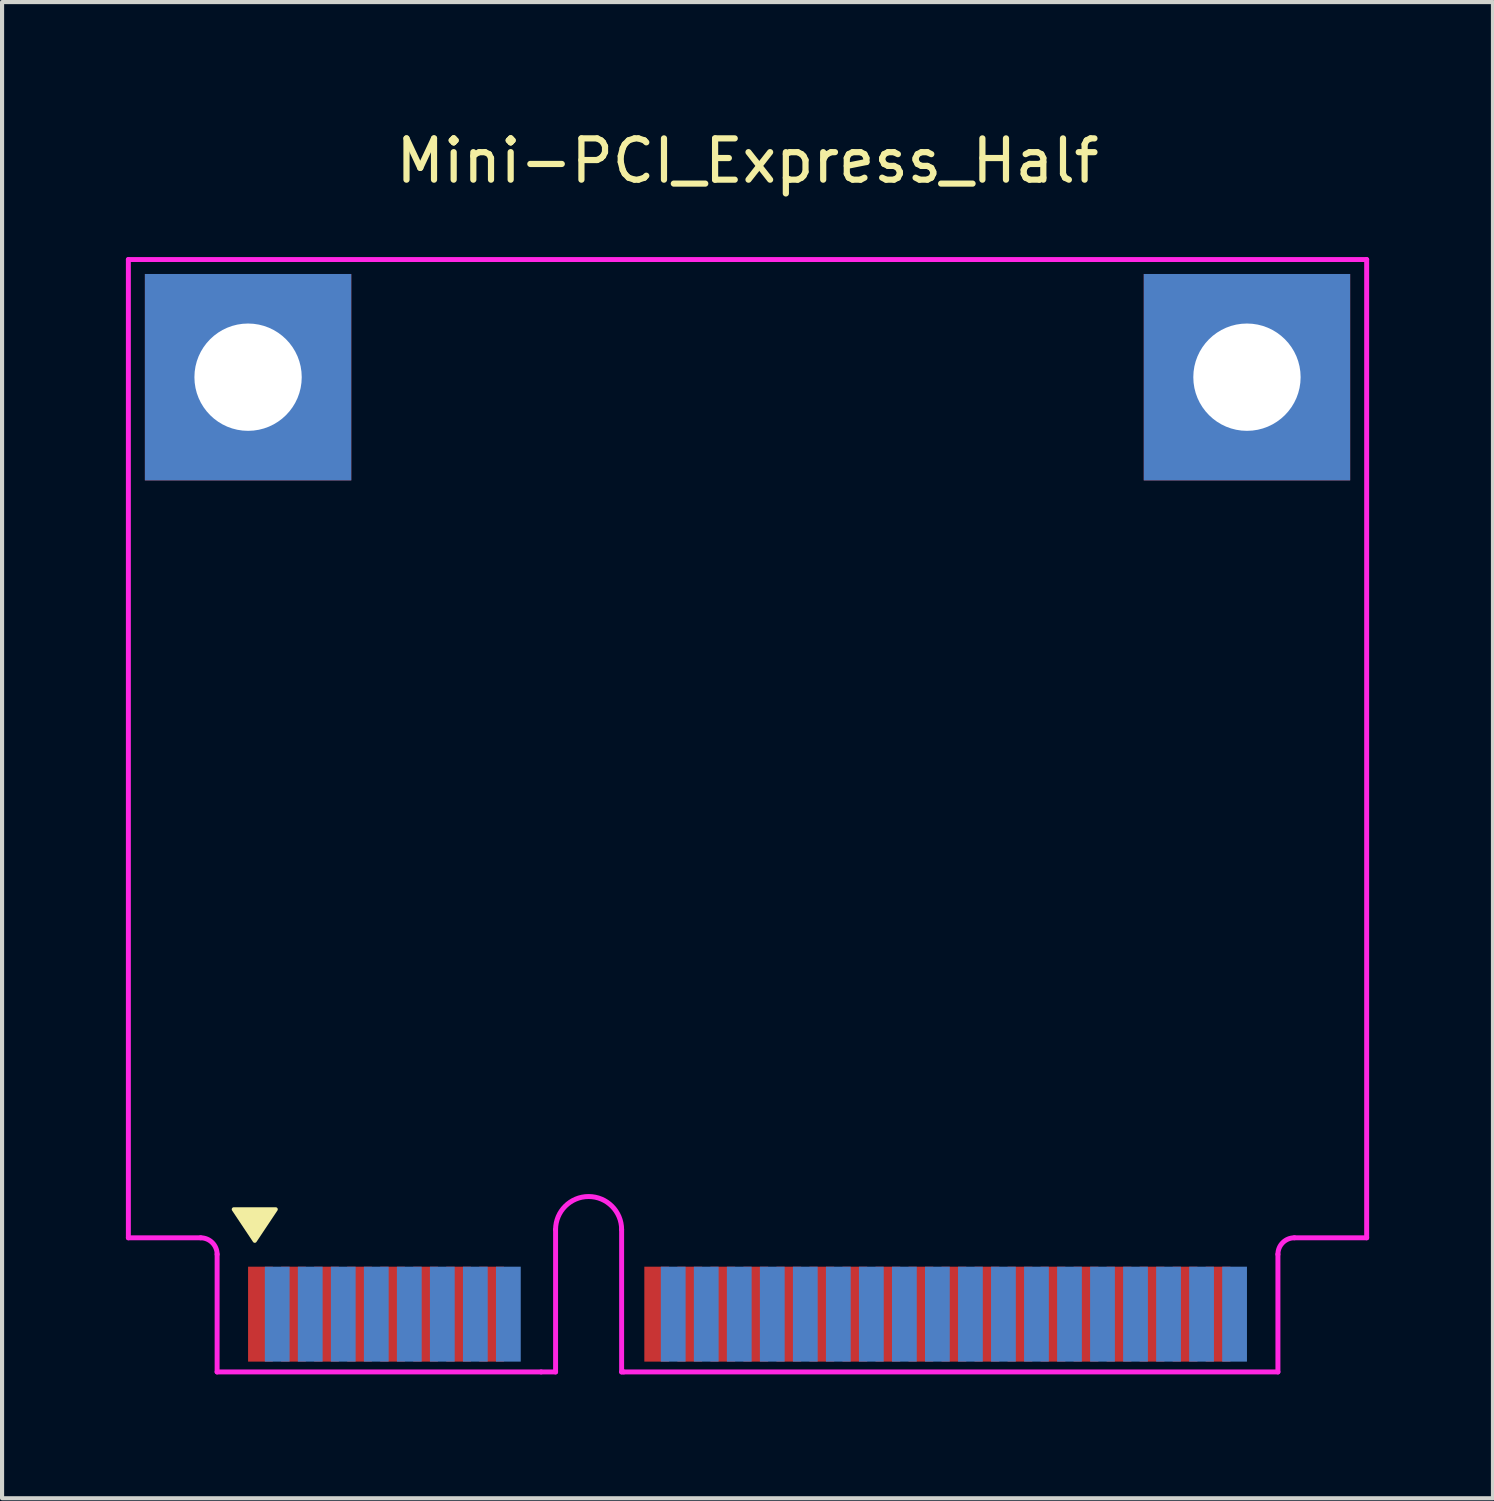
<source format=kicad_pcb>
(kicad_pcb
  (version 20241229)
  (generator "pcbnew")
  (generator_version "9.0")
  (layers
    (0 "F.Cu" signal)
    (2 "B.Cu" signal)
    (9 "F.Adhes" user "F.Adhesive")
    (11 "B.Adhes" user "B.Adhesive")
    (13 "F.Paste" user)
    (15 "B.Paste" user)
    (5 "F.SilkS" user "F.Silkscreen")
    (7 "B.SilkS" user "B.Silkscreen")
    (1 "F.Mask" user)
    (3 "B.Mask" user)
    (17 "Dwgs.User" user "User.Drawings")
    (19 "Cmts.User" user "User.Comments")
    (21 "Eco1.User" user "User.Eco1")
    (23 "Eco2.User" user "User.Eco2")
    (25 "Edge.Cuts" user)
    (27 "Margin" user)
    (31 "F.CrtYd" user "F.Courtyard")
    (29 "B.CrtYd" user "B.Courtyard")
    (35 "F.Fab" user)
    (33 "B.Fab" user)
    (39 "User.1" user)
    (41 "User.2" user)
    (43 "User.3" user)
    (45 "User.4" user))
  (footprint "Mini-PCI_Express_Half"
    (layer "F.Cu")
    (at 15.06 16.088)
    (property "Reference" "Mini-PCI_Express_Half" (at 0 -15.24 0) (layer "F.SilkS") (effects (font (size 1 1) (thickness 0.15))))
    (attr through_hole)
    (fp_poly (pts (xy -11.938 10.922) (xy -12.446 10.16) (xy -11.43 10.16)) (stroke (width 0.1) (type solid)) (fill yes) (layer "F.SilkS"))
    (fp_line (start -15 -12.85) (end -15 10.85) (stroke (width 0.12) (type solid)) (layer "F.CrtYd"))
    (fp_line (start -13.25 10.85) (end -15 10.85) (stroke (width 0.12) (type solid)) (layer "F.CrtYd"))
    (fp_line (start -12.85 11.25) (end -12.85 14.1) (stroke (width 0.12) (type solid)) (layer "F.CrtYd"))
    (fp_line (start -5 14.1) (end -12.85 14.1) (stroke (width 0.12) (type solid)) (layer "F.CrtYd"))
    (fp_line (start -4.65 10.65) (end -4.65 14.1) (stroke (width 0.12) (type solid)) (layer "F.CrtYd"))
    (fp_line (start -4.65 14.1) (end -5 14.1) (stroke (width 0.12) (type solid)) (layer "F.CrtYd"))
    (fp_line (start -3.05 10.65) (end -3.05 14.1) (stroke (width 0.12) (type solid)) (layer "F.CrtYd"))
    (fp_line (start -3.05 14.1) (end -3 14.1) (stroke (width 0.12) (type solid)) (layer "F.CrtYd"))
    (fp_line (start -3 14.1) (end 12.85 14.1) (stroke (width 0.12) (type solid)) (layer "F.CrtYd"))
    (fp_line (start 12.85 14.1) (end 12.85 11.25) (stroke (width 0.12) (type solid)) (layer "F.CrtYd"))
    (fp_line (start 13.25 10.85) (end 15 10.85) (stroke (width 0.12) (type solid)) (layer "F.CrtYd"))
    (fp_line (start 15 -12.85) (end -15 -12.85) (stroke (width 0.12) (type solid)) (layer "F.CrtYd"))
    (fp_line (start 15 10.85) (end 15 -12.85) (stroke (width 0.12) (type solid)) (layer "F.CrtYd"))
    (fp_arc (start -13.25 10.85) (mid -12.967157 10.967157) (end -12.85 11.25) (stroke (width 0.12) (type solid)) (layer "F.CrtYd"))
    (fp_arc (start -4.65 10.65) (mid -3.85 9.85) (end -3.05 10.65) (stroke (width 0.12) (type solid)) (layer "F.CrtYd"))
    (fp_arc (start 12.85 11.25) (mid 12.967157 10.967157) (end 13.25 10.85) (stroke (width 0.12) (type solid)) (layer "F.CrtYd"))
    (pad "" thru_hole rect (at -12.1 -10) (size 5 5) (drill 2.6) (layers "*.Cu" "*.Mask"))
    (pad "" thru_hole rect (at 12.1 -10) (size 5 5) (drill 2.6) (layers "*.Cu" "*.Mask"))
    (pad "1" smd rect (at -11.8 12.7) (size 0.6 2.3) (layers "F.Cu" "F.Mask" "F.Paste"))
    (pad "2" smd rect (at -11.394 12.7) (size 0.6 2.3) (layers "B.Cu" "B.Mask" "B.Paste"))
    (pad "3" smd rect (at -11 12.7) (size 0.6 2.3) (layers "F.Cu" "F.Mask" "F.Paste"))
    (pad "4" smd rect (at -10.594 12.7) (size 0.6 2.3) (layers "B.Cu" "B.Mask" "B.Paste"))
    (pad "5" smd rect (at -10.2 12.7) (size 0.6 2.3) (layers "F.Cu" "F.Mask" "F.Paste"))
    (pad "6" smd rect (at -9.794 12.7) (size 0.6 2.3) (layers "B.Cu" "B.Mask" "B.Paste"))
    (pad "7" smd rect (at -9.4 12.7) (size 0.6 2.3) (layers "F.Cu" "F.Mask" "F.Paste"))
    (pad "8" smd rect (at -8.994 12.7) (size 0.6 2.3) (layers "B.Cu" "B.Mask" "B.Paste"))
    (pad "9" smd rect (at -8.6 12.7) (size 0.6 2.3) (layers "F.Cu" "F.Mask" "F.Paste"))
    (pad "10" smd rect (at -8.194 12.7) (size 0.6 2.3) (layers "B.Cu" "B.Mask" "B.Paste"))
    (pad "11" smd rect (at -7.8 12.7) (size 0.6 2.3) (layers "F.Cu" "F.Mask" "F.Paste"))
    (pad "12" smd rect (at -7.394 12.7) (size 0.6 2.3) (layers "B.Cu" "B.Mask" "B.Paste"))
    (pad "13" smd rect (at -7 12.7) (size 0.6 2.3) (layers "F.Cu" "F.Mask" "F.Paste"))
    (pad "14" smd rect (at -6.594 12.7) (size 0.6 2.3) (layers "B.Cu" "B.Mask" "B.Paste"))
    (pad "15" smd rect (at -6.2 12.7) (size 0.6 2.3) (layers "F.Cu" "F.Mask" "F.Paste"))
    (pad "16" smd rect (at -5.794 12.7) (size 0.6 2.3) (layers "B.Cu" "B.Mask" "B.Paste"))
    (pad "17" smd rect (at -2.2 12.7) (size 0.6 2.3) (layers "F.Cu" "F.Mask" "F.Paste"))
    (pad "18" smd rect (at -1.8 12.7) (size 0.6 2.3) (layers "B.Cu" "B.Mask" "B.Paste"))
    (pad "19" smd rect (at -1.4 12.7) (size 0.6 2.3) (layers "F.Cu" "F.Mask" "F.Paste"))
    (pad "20" smd rect (at -1 12.7) (size 0.6 2.3) (layers "B.Cu" "B.Mask" "B.Paste"))
    (pad "21" smd rect (at -0.6 12.7) (size 0.6 2.3) (layers "F.Cu" "F.Mask" "F.Paste"))
    (pad "22" smd rect (at -0.2 12.7) (size 0.6 2.3) (layers "B.Cu" "B.Mask" "B.Paste"))
    (pad "23" smd rect (at 0.2 12.7) (size 0.6 2.3) (layers "F.Cu" "F.Mask" "F.Paste"))
    (pad "24" smd rect (at 0.6 12.7) (size 0.6 2.3) (layers "B.Cu" "B.Mask" "B.Paste"))
    (pad "25" smd rect (at 1 12.7) (size 0.6 2.3) (layers "F.Cu" "F.Mask" "F.Paste"))
    (pad "26" smd rect (at 1.4 12.7) (size 0.6 2.3) (layers "B.Cu" "B.Mask" "B.Paste"))
    (pad "27" smd rect (at 1.8 12.7) (size 0.6 2.3) (layers "F.Cu" "F.Mask" "F.Paste"))
    (pad "28" smd rect (at 2.2 12.7) (size 0.6 2.3) (layers "B.Cu" "B.Mask" "B.Paste"))
    (pad "29" smd rect (at 2.6 12.7) (size 0.6 2.3) (layers "F.Cu" "F.Mask" "F.Paste"))
    (pad "30" smd rect (at 3 12.7) (size 0.6 2.3) (layers "B.Cu" "B.Mask" "B.Paste"))
    (pad "31" smd rect (at 3.4 12.7) (size 0.6 2.3) (layers "F.Cu" "F.Mask" "F.Paste"))
    (pad "32" smd rect (at 3.8 12.7) (size 0.6 2.3) (layers "B.Cu" "B.Mask" "B.Paste"))
    (pad "33" smd rect (at 4.2 12.7) (size 0.6 2.3) (layers "F.Cu" "F.Mask" "F.Paste"))
    (pad "34" smd rect (at 4.6 12.7) (size 0.6 2.3) (layers "B.Cu" "B.Mask" "B.Paste"))
    (pad "35" smd rect (at 5 12.7) (size 0.6 2.3) (layers "F.Cu" "F.Mask" "F.Paste"))
    (pad "36" smd rect (at 5.4 12.7) (size 0.6 2.3) (layers "B.Cu" "B.Mask" "B.Paste"))
    (pad "37" smd rect (at 5.8 12.7) (size 0.6 2.3) (layers "F.Cu" "F.Mask" "F.Paste"))
    (pad "38" smd rect (at 6.2 12.7) (size 0.6 2.3) (layers "B.Cu" "B.Mask" "B.Paste"))
    (pad "39" smd rect (at 6.6 12.7) (size 0.6 2.3) (layers "F.Cu" "F.Mask" "F.Paste"))
    (pad "40" smd rect (at 7 12.7) (size 0.6 2.3) (layers "B.Cu" "B.Mask" "B.Paste"))
    (pad "41" smd rect (at 7.4 12.7) (size 0.6 2.3) (layers "F.Cu" "F.Mask" "F.Paste"))
    (pad "42" smd rect (at 7.8 12.7) (size 0.6 2.3) (layers "B.Cu" "B.Mask" "B.Paste"))
    (pad "43" smd rect (at 8.2 12.7) (size 0.6 2.3) (layers "F.Cu" "F.Mask" "F.Paste"))
    (pad "44" smd rect (at 8.6 12.7) (size 0.6 2.3) (layers "B.Cu" "B.Mask" "B.Paste"))
    (pad "45" smd rect (at 9 12.7) (size 0.6 2.3) (layers "F.Cu" "F.Mask" "F.Paste"))
    (pad "46" smd rect (at 9.4 12.7) (size 0.6 2.3) (layers "B.Cu" "B.Mask" "B.Paste"))
    (pad "47" smd rect (at 9.8 12.7) (size 0.6 2.3) (layers "F.Cu" "F.Mask" "F.Paste"))
    (pad "48" smd rect (at 10.2 12.7) (size 0.6 2.3) (layers "B.Cu" "B.Mask" "B.Paste"))
    (pad "49" smd rect (at 10.6 12.7) (size 0.6 2.3) (layers "F.Cu" "F.Mask" "F.Paste"))
    (pad "50" smd rect (at 11 12.7) (size 0.6 2.3) (layers "B.Cu" "B.Mask" "B.Paste"))
    (pad "51" smd rect (at 11.4 12.7) (size 0.6 2.3) (layers "F.Cu" "F.Mask" "F.Paste"))
    (pad "52" smd rect (at 11.8 12.7) (size 0.6 2.3) (layers "B.Cu" "B.Mask" "B.Paste")))
  (gr_rect
    (start -3 -3)
    (end 33.12 33.248)
    (stroke (width 0.1) (type default))
    (fill no)
    (layer "Edge.Cuts")))
</source>
